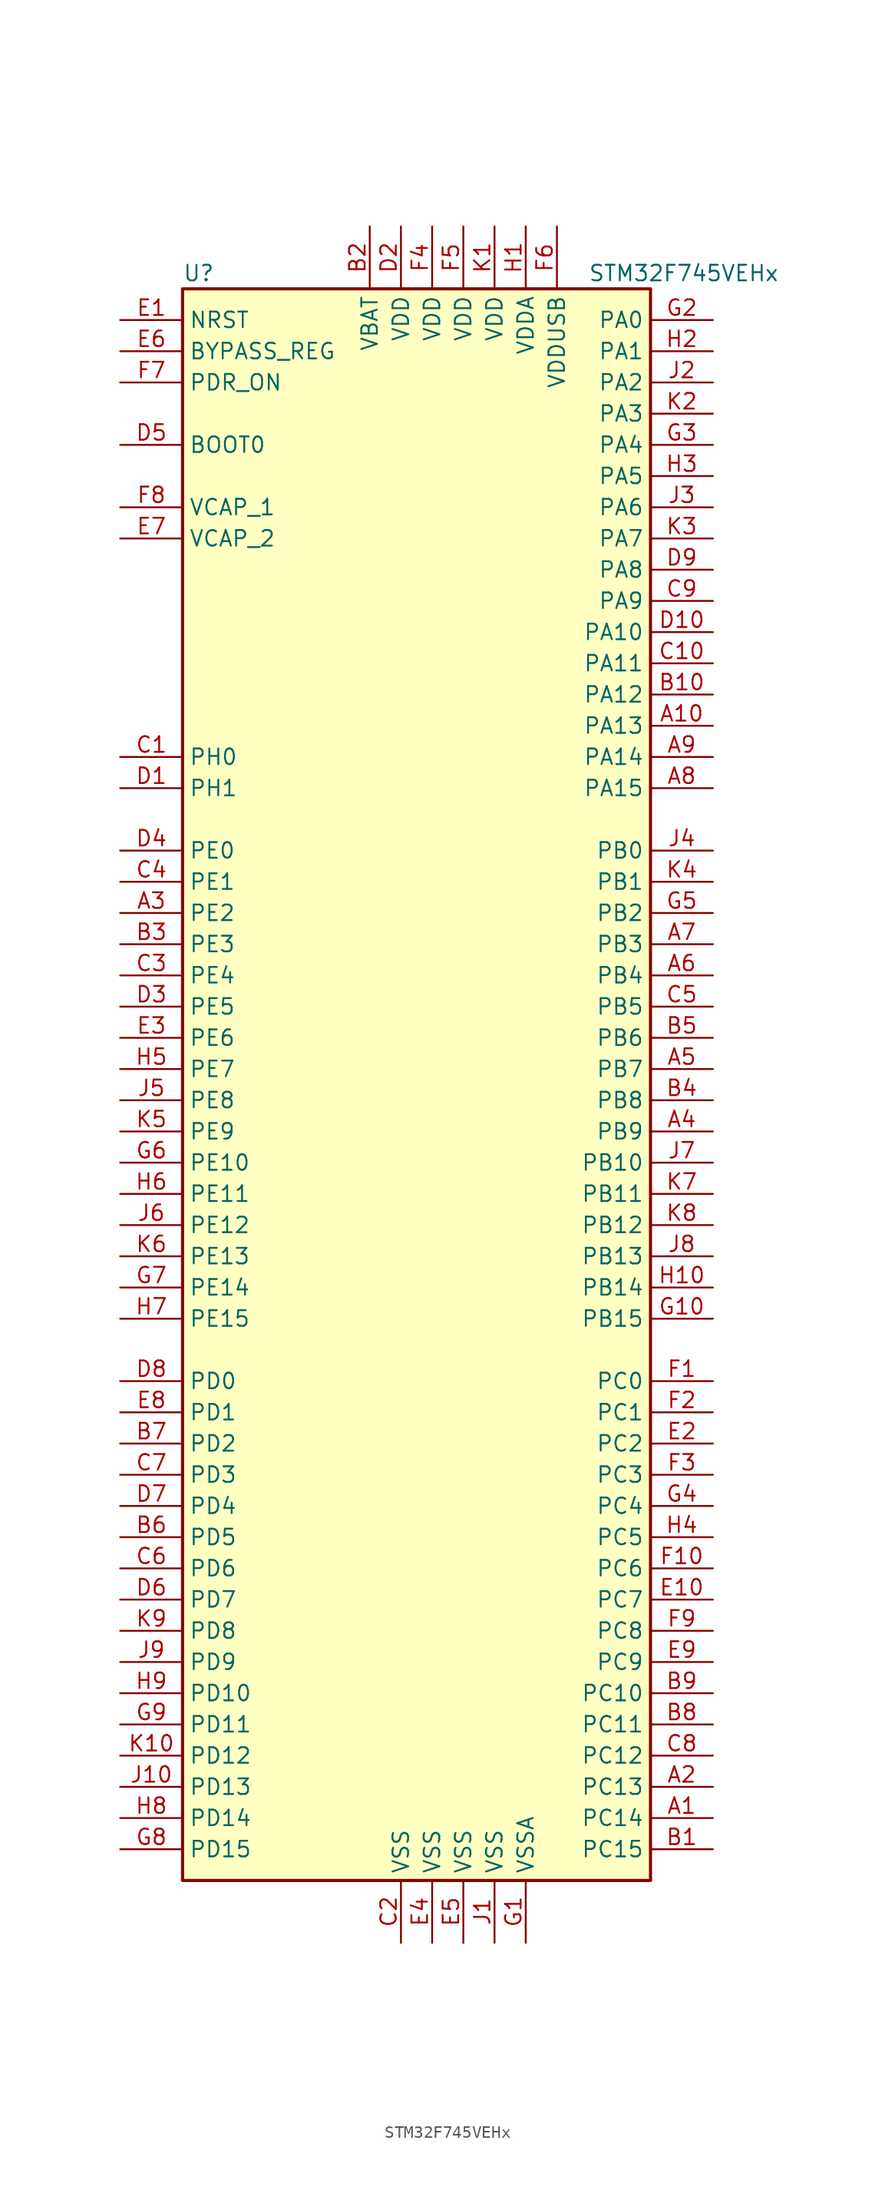
<source format=kicad_sym>
(kicad_symbol_lib
  (version 20201005)
  (generator kicad_symbol_editor)
  (symbol "STM32F745VEHx"
    (property "Reference" "U"
      (at -20.32 64.77 0)
      (effects (font (size 1.27 1.27)) (justify left)))
    (property "Value" "STM32F745VEHx"
      (at 12.7 64.77 0)
      (effects (font (size 1.27 1.27)) (justify left)))
    (symbol "STM32F745VEHx_0_1"
      (rectangle (start -20.32 -66.04) (end 17.78 63.5) (stroke (width 0.254)) (fill (type background))))
    (symbol "STM32F745VEHx_1_1"
      (pin input line (at -25.4 50.8 0) (length 5.08) (name "BOOT0" (effects (font (size 1.27 1.27)))) (number "D5" (effects (font (size 1.27 1.27)))))
      (pin input line (at -25.4 58.42 0) (length 5.08) (name "BYPASS_REG" (effects (font (size 1.27 1.27)))) (number "E6" (effects (font (size 1.27 1.27)))))
      (pin input line (at -25.4 60.96 0) (length 5.08) (name "NRST" (effects (font (size 1.27 1.27)))) (number "E1" (effects (font (size 1.27 1.27)))))
      (pin bidirectional line (at 22.86 60.96 180) (length 5.08) (name "PA0" (effects (font (size 1.27 1.27)))) (number "G2" (effects (font (size 1.27 1.27)))))
      (pin bidirectional line (at 22.86 58.42 180) (length 5.08) (name "PA1" (effects (font (size 1.27 1.27)))) (number "H2" (effects (font (size 1.27 1.27)))))
      (pin bidirectional line (at 22.86 35.56 180) (length 5.08) (name "PA10" (effects (font (size 1.27 1.27)))) (number "D10" (effects (font (size 1.27 1.27)))))
      (pin bidirectional line (at 22.86 33.02 180) (length 5.08) (name "PA11" (effects (font (size 1.27 1.27)))) (number "C10" (effects (font (size 1.27 1.27)))))
      (pin bidirectional line (at 22.86 30.48 180) (length 5.08) (name "PA12" (effects (font (size 1.27 1.27)))) (number "B10" (effects (font (size 1.27 1.27)))))
      (pin bidirectional line (at 22.86 27.94 180) (length 5.08) (name "PA13" (effects (font (size 1.27 1.27)))) (number "A10" (effects (font (size 1.27 1.27)))))
      (pin bidirectional line (at 22.86 25.4 180) (length 5.08) (name "PA14" (effects (font (size 1.27 1.27)))) (number "A9" (effects (font (size 1.27 1.27)))))
      (pin bidirectional line (at 22.86 22.86 180) (length 5.08) (name "PA15" (effects (font (size 1.27 1.27)))) (number "A8" (effects (font (size 1.27 1.27)))))
      (pin bidirectional line (at 22.86 55.88 180) (length 5.08) (name "PA2" (effects (font (size 1.27 1.27)))) (number "J2" (effects (font (size 1.27 1.27)))))
      (pin bidirectional line (at 22.86 53.34 180) (length 5.08) (name "PA3" (effects (font (size 1.27 1.27)))) (number "K2" (effects (font (size 1.27 1.27)))))
      (pin bidirectional line (at 22.86 50.8 180) (length 5.08) (name "PA4" (effects (font (size 1.27 1.27)))) (number "G3" (effects (font (size 1.27 1.27)))))
      (pin bidirectional line (at 22.86 48.26 180) (length 5.08) (name "PA5" (effects (font (size 1.27 1.27)))) (number "H3" (effects (font (size 1.27 1.27)))))
      (pin bidirectional line (at 22.86 45.72 180) (length 5.08) (name "PA6" (effects (font (size 1.27 1.27)))) (number "J3" (effects (font (size 1.27 1.27)))))
      (pin bidirectional line (at 22.86 43.18 180) (length 5.08) (name "PA7" (effects (font (size 1.27 1.27)))) (number "K3" (effects (font (size 1.27 1.27)))))
      (pin bidirectional line (at 22.86 40.64 180) (length 5.08) (name "PA8" (effects (font (size 1.27 1.27)))) (number "D9" (effects (font (size 1.27 1.27)))))
      (pin bidirectional line (at 22.86 38.1 180) (length 5.08) (name "PA9" (effects (font (size 1.27 1.27)))) (number "C9" (effects (font (size 1.27 1.27)))))
      (pin bidirectional line (at 22.86 17.78 180) (length 5.08) (name "PB0" (effects (font (size 1.27 1.27)))) (number "J4" (effects (font (size 1.27 1.27)))))
      (pin bidirectional line (at 22.86 15.24 180) (length 5.08) (name "PB1" (effects (font (size 1.27 1.27)))) (number "K4" (effects (font (size 1.27 1.27)))))
      (pin bidirectional line (at 22.86 -7.62 180) (length 5.08) (name "PB10" (effects (font (size 1.27 1.27)))) (number "J7" (effects (font (size 1.27 1.27)))))
      (pin bidirectional line (at 22.86 -10.16 180) (length 5.08) (name "PB11" (effects (font (size 1.27 1.27)))) (number "K7" (effects (font (size 1.27 1.27)))))
      (pin bidirectional line (at 22.86 -12.7 180) (length 5.08) (name "PB12" (effects (font (size 1.27 1.27)))) (number "K8" (effects (font (size 1.27 1.27)))))
      (pin bidirectional line (at 22.86 -15.24 180) (length 5.08) (name "PB13" (effects (font (size 1.27 1.27)))) (number "J8" (effects (font (size 1.27 1.27)))))
      (pin bidirectional line (at 22.86 -17.78 180) (length 5.08) (name "PB14" (effects (font (size 1.27 1.27)))) (number "H10" (effects (font (size 1.27 1.27)))))
      (pin bidirectional line (at 22.86 -20.32 180) (length 5.08) (name "PB15" (effects (font (size 1.27 1.27)))) (number "G10" (effects (font (size 1.27 1.27)))))
      (pin bidirectional line (at 22.86 12.7 180) (length 5.08) (name "PB2" (effects (font (size 1.27 1.27)))) (number "G5" (effects (font (size 1.27 1.27)))))
      (pin bidirectional line (at 22.86 10.16 180) (length 5.08) (name "PB3" (effects (font (size 1.27 1.27)))) (number "A7" (effects (font (size 1.27 1.27)))))
      (pin bidirectional line (at 22.86 7.62 180) (length 5.08) (name "PB4" (effects (font (size 1.27 1.27)))) (number "A6" (effects (font (size 1.27 1.27)))))
      (pin bidirectional line (at 22.86 5.08 180) (length 5.08) (name "PB5" (effects (font (size 1.27 1.27)))) (number "C5" (effects (font (size 1.27 1.27)))))
      (pin bidirectional line (at 22.86 2.54 180) (length 5.08) (name "PB6" (effects (font (size 1.27 1.27)))) (number "B5" (effects (font (size 1.27 1.27)))))
      (pin bidirectional line (at 22.86 0 180) (length 5.08) (name "PB7" (effects (font (size 1.27 1.27)))) (number "A5" (effects (font (size 1.27 1.27)))))
      (pin bidirectional line (at 22.86 -2.54 180) (length 5.08) (name "PB8" (effects (font (size 1.27 1.27)))) (number "B4" (effects (font (size 1.27 1.27)))))
      (pin bidirectional line (at 22.86 -5.08 180) (length 5.08) (name "PB9" (effects (font (size 1.27 1.27)))) (number "A4" (effects (font (size 1.27 1.27)))))
      (pin bidirectional line (at 22.86 -25.4 180) (length 5.08) (name "PC0" (effects (font (size 1.27 1.27)))) (number "F1" (effects (font (size 1.27 1.27)))))
      (pin bidirectional line (at 22.86 -27.94 180) (length 5.08) (name "PC1" (effects (font (size 1.27 1.27)))) (number "F2" (effects (font (size 1.27 1.27)))))
      (pin bidirectional line (at 22.86 -50.8 180) (length 5.08) (name "PC10" (effects (font (size 1.27 1.27)))) (number "B9" (effects (font (size 1.27 1.27)))))
      (pin bidirectional line (at 22.86 -53.34 180) (length 5.08) (name "PC11" (effects (font (size 1.27 1.27)))) (number "B8" (effects (font (size 1.27 1.27)))))
      (pin bidirectional line (at 22.86 -55.88 180) (length 5.08) (name "PC12" (effects (font (size 1.27 1.27)))) (number "C8" (effects (font (size 1.27 1.27)))))
      (pin bidirectional line (at 22.86 -58.42 180) (length 5.08) (name "PC13" (effects (font (size 1.27 1.27)))) (number "A2" (effects (font (size 1.27 1.27)))))
      (pin bidirectional line (at 22.86 -60.96 180) (length 5.08) (name "PC14" (effects (font (size 1.27 1.27)))) (number "A1" (effects (font (size 1.27 1.27)))))
      (pin bidirectional line (at 22.86 -63.5 180) (length 5.08) (name "PC15" (effects (font (size 1.27 1.27)))) (number "B1" (effects (font (size 1.27 1.27)))))
      (pin bidirectional line (at 22.86 -30.48 180) (length 5.08) (name "PC2" (effects (font (size 1.27 1.27)))) (number "E2" (effects (font (size 1.27 1.27)))))
      (pin bidirectional line (at 22.86 -33.02 180) (length 5.08) (name "PC3" (effects (font (size 1.27 1.27)))) (number "F3" (effects (font (size 1.27 1.27)))))
      (pin bidirectional line (at 22.86 -35.56 180) (length 5.08) (name "PC4" (effects (font (size 1.27 1.27)))) (number "G4" (effects (font (size 1.27 1.27)))))
      (pin bidirectional line (at 22.86 -38.1 180) (length 5.08) (name "PC5" (effects (font (size 1.27 1.27)))) (number "H4" (effects (font (size 1.27 1.27)))))
      (pin bidirectional line (at 22.86 -40.64 180) (length 5.08) (name "PC6" (effects (font (size 1.27 1.27)))) (number "F10" (effects (font (size 1.27 1.27)))))
      (pin bidirectional line (at 22.86 -43.18 180) (length 5.08) (name "PC7" (effects (font (size 1.27 1.27)))) (number "E10" (effects (font (size 1.27 1.27)))))
      (pin bidirectional line (at 22.86 -45.72 180) (length 5.08) (name "PC8" (effects (font (size 1.27 1.27)))) (number "F9" (effects (font (size 1.27 1.27)))))
      (pin bidirectional line (at 22.86 -48.26 180) (length 5.08) (name "PC9" (effects (font (size 1.27 1.27)))) (number "E9" (effects (font (size 1.27 1.27)))))
      (pin bidirectional line (at -25.4 -25.4 0) (length 5.08) (name "PD0" (effects (font (size 1.27 1.27)))) (number "D8" (effects (font (size 1.27 1.27)))))
      (pin bidirectional line (at -25.4 -27.94 0) (length 5.08) (name "PD1" (effects (font (size 1.27 1.27)))) (number "E8" (effects (font (size 1.27 1.27)))))
      (pin bidirectional line (at -25.4 -50.8 0) (length 5.08) (name "PD10" (effects (font (size 1.27 1.27)))) (number "H9" (effects (font (size 1.27 1.27)))))
      (pin bidirectional line (at -25.4 -53.34 0) (length 5.08) (name "PD11" (effects (font (size 1.27 1.27)))) (number "G9" (effects (font (size 1.27 1.27)))))
      (pin bidirectional line (at -25.4 -55.88 0) (length 5.08) (name "PD12" (effects (font (size 1.27 1.27)))) (number "K10" (effects (font (size 1.27 1.27)))))
      (pin bidirectional line (at -25.4 -58.42 0) (length 5.08) (name "PD13" (effects (font (size 1.27 1.27)))) (number "J10" (effects (font (size 1.27 1.27)))))
      (pin bidirectional line (at -25.4 -60.96 0) (length 5.08) (name "PD14" (effects (font (size 1.27 1.27)))) (number "H8" (effects (font (size 1.27 1.27)))))
      (pin bidirectional line (at -25.4 -63.5 0) (length 5.08) (name "PD15" (effects (font (size 1.27 1.27)))) (number "G8" (effects (font (size 1.27 1.27)))))
      (pin bidirectional line (at -25.4 -30.48 0) (length 5.08) (name "PD2" (effects (font (size 1.27 1.27)))) (number "B7" (effects (font (size 1.27 1.27)))))
      (pin bidirectional line (at -25.4 -33.02 0) (length 5.08) (name "PD3" (effects (font (size 1.27 1.27)))) (number "C7" (effects (font (size 1.27 1.27)))))
      (pin bidirectional line (at -25.4 -35.56 0) (length 5.08) (name "PD4" (effects (font (size 1.27 1.27)))) (number "D7" (effects (font (size 1.27 1.27)))))
      (pin bidirectional line (at -25.4 -38.1 0) (length 5.08) (name "PD5" (effects (font (size 1.27 1.27)))) (number "B6" (effects (font (size 1.27 1.27)))))
      (pin bidirectional line (at -25.4 -40.64 0) (length 5.08) (name "PD6" (effects (font (size 1.27 1.27)))) (number "C6" (effects (font (size 1.27 1.27)))))
      (pin bidirectional line (at -25.4 -43.18 0) (length 5.08) (name "PD7" (effects (font (size 1.27 1.27)))) (number "D6" (effects (font (size 1.27 1.27)))))
      (pin bidirectional line (at -25.4 -45.72 0) (length 5.08) (name "PD8" (effects (font (size 1.27 1.27)))) (number "K9" (effects (font (size 1.27 1.27)))))
      (pin bidirectional line (at -25.4 -48.26 0) (length 5.08) (name "PD9" (effects (font (size 1.27 1.27)))) (number "J9" (effects (font (size 1.27 1.27)))))
      (pin input line (at -25.4 55.88 0) (length 5.08) (name "PDR_ON" (effects (font (size 1.27 1.27)))) (number "F7" (effects (font (size 1.27 1.27)))))
      (pin bidirectional line (at -25.4 17.78 0) (length 5.08) (name "PE0" (effects (font (size 1.27 1.27)))) (number "D4" (effects (font (size 1.27 1.27)))))
      (pin bidirectional line (at -25.4 15.24 0) (length 5.08) (name "PE1" (effects (font (size 1.27 1.27)))) (number "C4" (effects (font (size 1.27 1.27)))))
      (pin bidirectional line (at -25.4 -7.62 0) (length 5.08) (name "PE10" (effects (font (size 1.27 1.27)))) (number "G6" (effects (font (size 1.27 1.27)))))
      (pin bidirectional line (at -25.4 -10.16 0) (length 5.08) (name "PE11" (effects (font (size 1.27 1.27)))) (number "H6" (effects (font (size 1.27 1.27)))))
      (pin bidirectional line (at -25.4 -12.7 0) (length 5.08) (name "PE12" (effects (font (size 1.27 1.27)))) (number "J6" (effects (font (size 1.27 1.27)))))
      (pin bidirectional line (at -25.4 -15.24 0) (length 5.08) (name "PE13" (effects (font (size 1.27 1.27)))) (number "K6" (effects (font (size 1.27 1.27)))))
      (pin bidirectional line (at -25.4 -17.78 0) (length 5.08) (name "PE14" (effects (font (size 1.27 1.27)))) (number "G7" (effects (font (size 1.27 1.27)))))
      (pin bidirectional line (at -25.4 -20.32 0) (length 5.08) (name "PE15" (effects (font (size 1.27 1.27)))) (number "H7" (effects (font (size 1.27 1.27)))))
      (pin bidirectional line (at -25.4 12.7 0) (length 5.08) (name "PE2" (effects (font (size 1.27 1.27)))) (number "A3" (effects (font (size 1.27 1.27)))))
      (pin bidirectional line (at -25.4 10.16 0) (length 5.08) (name "PE3" (effects (font (size 1.27 1.27)))) (number "B3" (effects (font (size 1.27 1.27)))))
      (pin bidirectional line (at -25.4 7.62 0) (length 5.08) (name "PE4" (effects (font (size 1.27 1.27)))) (number "C3" (effects (font (size 1.27 1.27)))))
      (pin bidirectional line (at -25.4 5.08 0) (length 5.08) (name "PE5" (effects (font (size 1.27 1.27)))) (number "D3" (effects (font (size 1.27 1.27)))))
      (pin bidirectional line (at -25.4 2.54 0) (length 5.08) (name "PE6" (effects (font (size 1.27 1.27)))) (number "E3" (effects (font (size 1.27 1.27)))))
      (pin bidirectional line (at -25.4 0 0) (length 5.08) (name "PE7" (effects (font (size 1.27 1.27)))) (number "H5" (effects (font (size 1.27 1.27)))))
      (pin bidirectional line (at -25.4 -2.54 0) (length 5.08) (name "PE8" (effects (font (size 1.27 1.27)))) (number "J5" (effects (font (size 1.27 1.27)))))
      (pin bidirectional line (at -25.4 -5.08 0) (length 5.08) (name "PE9" (effects (font (size 1.27 1.27)))) (number "K5" (effects (font (size 1.27 1.27)))))
      (pin input line (at -25.4 25.4 0) (length 5.08) (name "PH0" (effects (font (size 1.27 1.27)))) (number "C1" (effects (font (size 1.27 1.27)))))
      (pin input line (at -25.4 22.86 0) (length 5.08) (name "PH1" (effects (font (size 1.27 1.27)))) (number "D1" (effects (font (size 1.27 1.27)))))
      (pin power_in line (at -5.08 68.58 270) (length 5.08) (name "VBAT" (effects (font (size 1.27 1.27)))) (number "B2" (effects (font (size 1.27 1.27)))))
      (pin power_in line (at -25.4 45.72 0) (length 5.08) (name "VCAP_1" (effects (font (size 1.27 1.27)))) (number "F8" (effects (font (size 1.27 1.27)))))
      (pin power_in line (at -25.4 43.18 0) (length 5.08) (name "VCAP_2" (effects (font (size 1.27 1.27)))) (number "E7" (effects (font (size 1.27 1.27)))))
      (pin power_in line (at -2.54 68.58 270) (length 5.08) (name "VDD" (effects (font (size 1.27 1.27)))) (number "D2" (effects (font (size 1.27 1.27)))))
      (pin power_in line (at 0 68.58 270) (length 5.08) (name "VDD" (effects (font (size 1.27 1.27)))) (number "F4" (effects (font (size 1.27 1.27)))))
      (pin power_in line (at 2.54 68.58 270) (length 5.08) (name "VDD" (effects (font (size 1.27 1.27)))) (number "F5" (effects (font (size 1.27 1.27)))))
      (pin power_in line (at 5.08 68.58 270) (length 5.08) (name "VDD" (effects (font (size 1.27 1.27)))) (number "K1" (effects (font (size 1.27 1.27)))))
      (pin power_in line (at 7.62 68.58 270) (length 5.08) (name "VDDA" (effects (font (size 1.27 1.27)))) (number "H1" (effects (font (size 1.27 1.27)))))
      (pin power_in line (at 10.16 68.58 270) (length 5.08) (name "VDDUSB" (effects (font (size 1.27 1.27)))) (number "F6" (effects (font (size 1.27 1.27)))))
      (pin power_in line (at -2.54 -71.12 90) (length 5.08) (name "VSS" (effects (font (size 1.27 1.27)))) (number "C2" (effects (font (size 1.27 1.27)))))
      (pin power_in line (at 0 -71.12 90) (length 5.08) (name "VSS" (effects (font (size 1.27 1.27)))) (number "E4" (effects (font (size 1.27 1.27)))))
      (pin power_in line (at 2.54 -71.12 90) (length 5.08) (name "VSS" (effects (font (size 1.27 1.27)))) (number "E5" (effects (font (size 1.27 1.27)))))
      (pin power_in line (at 5.08 -71.12 90) (length 5.08) (name "VSS" (effects (font (size 1.27 1.27)))) (number "J1" (effects (font (size 1.27 1.27)))))
      (pin power_in line (at 7.62 -71.12 90) (length 5.08) (name "VSSA" (effects (font (size 1.27 1.27)))) (number "G1" (effects (font (size 1.27 1.27))))))))
</source>
